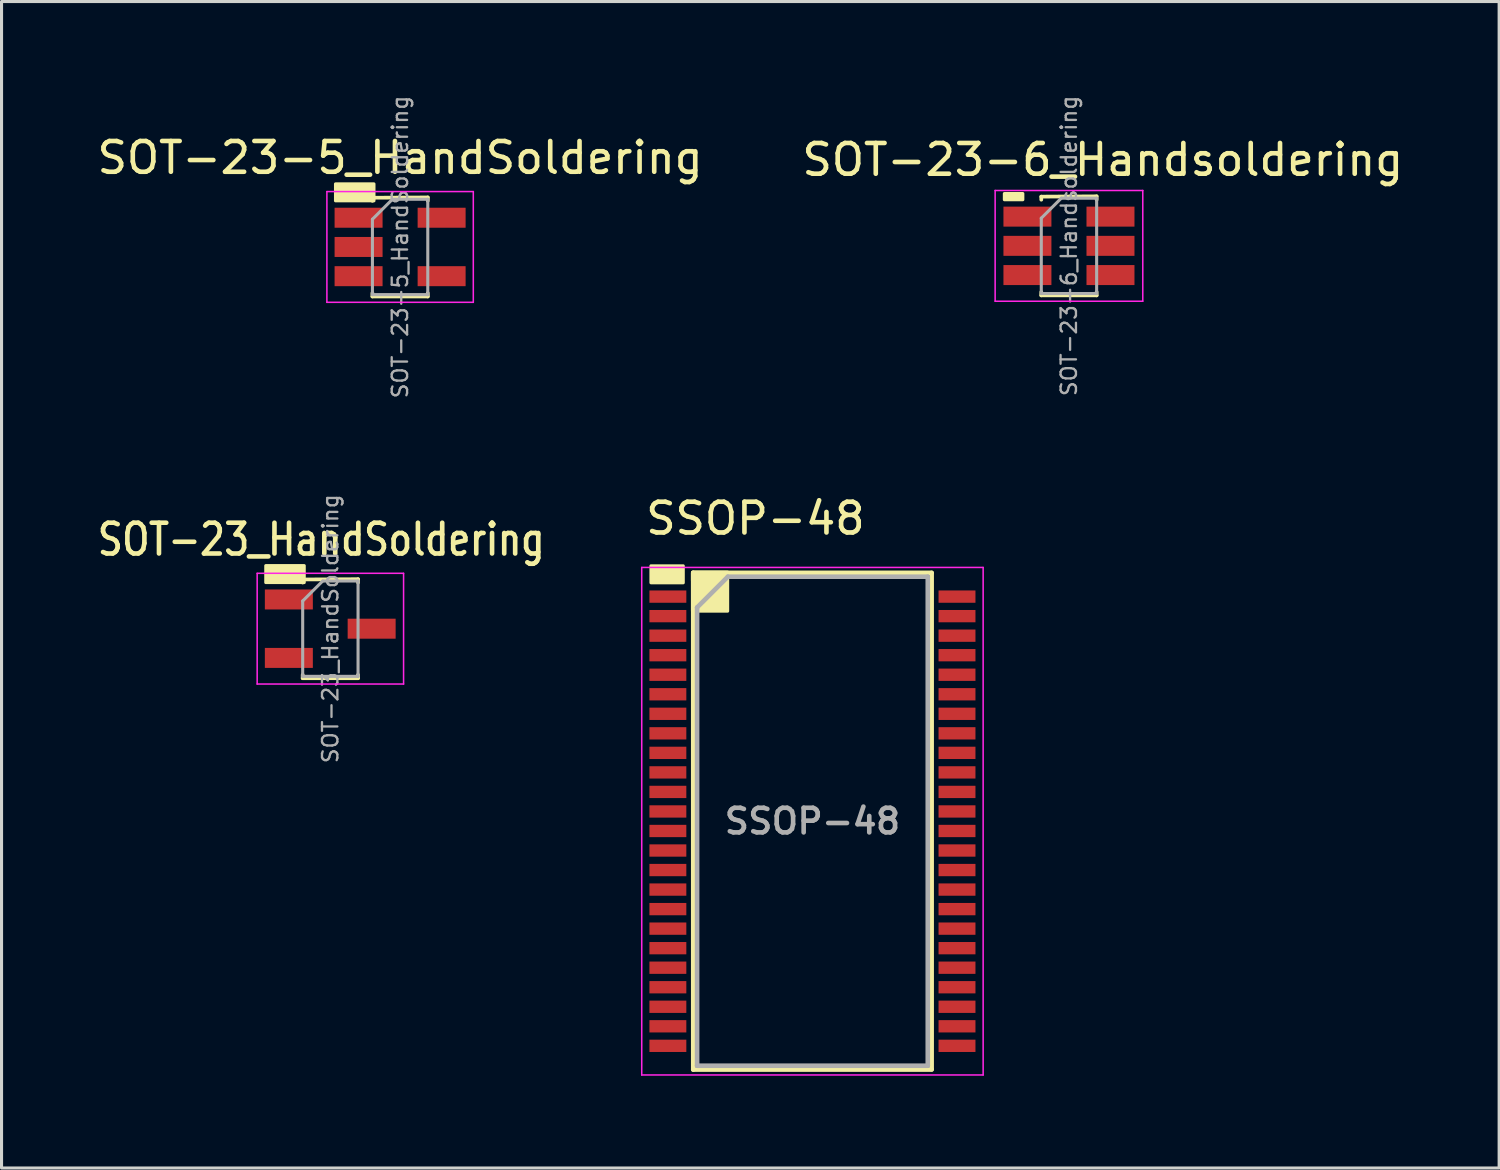
<source format=kicad_pcb>
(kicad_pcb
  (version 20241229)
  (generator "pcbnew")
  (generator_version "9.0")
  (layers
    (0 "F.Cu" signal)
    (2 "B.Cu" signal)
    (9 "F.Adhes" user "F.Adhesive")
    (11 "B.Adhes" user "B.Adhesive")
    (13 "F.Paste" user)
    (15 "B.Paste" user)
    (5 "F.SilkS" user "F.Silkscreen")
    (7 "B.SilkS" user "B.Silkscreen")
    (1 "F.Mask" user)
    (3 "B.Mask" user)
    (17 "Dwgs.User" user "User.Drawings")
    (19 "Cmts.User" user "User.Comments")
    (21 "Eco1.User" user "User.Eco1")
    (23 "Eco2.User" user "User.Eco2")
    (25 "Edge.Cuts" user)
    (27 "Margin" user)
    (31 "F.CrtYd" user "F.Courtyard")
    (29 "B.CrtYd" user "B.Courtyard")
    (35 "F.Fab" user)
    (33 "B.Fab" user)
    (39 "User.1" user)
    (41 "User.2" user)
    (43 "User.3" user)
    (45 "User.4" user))
  (footprint "SSOP-48"
    (layer "F.Cu")
    (at 18.664 16.347)
    (property "Reference" "SSOP-48" (at -0.8 -2.54 0) (layer "F.SilkS") (effects (font (size 1 1) (thickness 0.15)) (justify left)))
    (attr smd)
    (fp_line (start 0.825 -0.772) (end 0.825 -0.522) (stroke (width 0.15) (type solid)) (layer "F.SilkS"))
    (fp_line (start 0.825 -0.772) (end 8.575 -0.772) (stroke (width 0.15) (type solid)) (layer "F.SilkS"))
    (fp_line (start 0.825 -0.762) (end 0.825 15.377) (stroke (width 0.15) (type solid)) (layer "F.SilkS"))
    (fp_line (start 0.825 15.377) (end 8.575 15.377) (stroke (width 0.15) (type solid)) (layer "F.SilkS"))
    (fp_line (start 8.575 -0.772) (end 8.575 15.367) (stroke (width 0.15) (type solid)) (layer "F.SilkS"))
    (fp_poly (pts (xy -0.55 -1) (xy -0.55 -0.45) (xy 0.5 -0.45) (xy 0.5 -1)) (stroke (width 0.1) (type solid)) (fill yes) (layer "F.SilkS"))
    (fp_poly (pts (xy 1.943 0.472) (xy 1.943 -0.797) (xy 0.8 -0.797) (xy 0.8 0.472)) (stroke (width 0.1) (type solid)) (fill yes) (layer "F.SilkS"))
    (fp_line (start -0.85 -0.948) (end -0.85 15.553) (stroke (width 0.05) (type solid)) (layer "F.CrtYd"))
    (fp_line (start -0.85 -0.948) (end 10.25 -0.948) (stroke (width 0.05) (type solid)) (layer "F.CrtYd"))
    (fp_line (start -0.85 15.553) (end 10.25 15.553) (stroke (width 0.05) (type solid)) (layer "F.CrtYd"))
    (fp_line (start 10.25 -0.948) (end 10.25 15.553) (stroke (width 0.05) (type solid)) (layer "F.CrtYd"))
    (fp_line (start 0.95 0.352) (end 1.95 -0.647) (stroke (width 0.15) (type solid)) (layer "F.Fab"))
    (fp_line (start 0.95 15.252) (end 0.95 0.352) (stroke (width 0.15) (type solid)) (layer "F.Fab"))
    (fp_line (start 1.95 -0.647) (end 8.45 -0.647) (stroke (width 0.15) (type solid)) (layer "F.Fab"))
    (fp_line (start 8.45 -0.647) (end 8.45 15.252) (stroke (width 0.15) (type solid)) (layer "F.Fab"))
    (fp_line (start 8.45 15.252) (end 0.95 15.252) (stroke (width 0.15) (type solid)) (layer "F.Fab"))
    (fp_text user "${REFERENCE}" (at 4.7 7.303 0) (layer "F.Fab") (effects (font (size 0.8 0.8) (thickness 0.15))))
    (pad "1" smd rect (at 0 0) (size 1.2 0.4) (layers "F.Cu" "F.Mask" "F.Paste"))
    (pad "2" smd rect (at 0 0.635) (size 1.2 0.4) (layers "F.Cu" "F.Mask" "F.Paste"))
    (pad "3" smd rect (at 0 1.27) (size 1.2 0.4) (layers "F.Cu" "F.Mask" "F.Paste"))
    (pad "4" smd rect (at 0 1.905) (size 1.2 0.4) (layers "F.Cu" "F.Mask" "F.Paste"))
    (pad "5" smd rect (at 0 2.54) (size 1.2 0.4) (layers "F.Cu" "F.Mask" "F.Paste"))
    (pad "6" smd rect (at 0 3.175) (size 1.2 0.4) (layers "F.Cu" "F.Mask" "F.Paste"))
    (pad "7" smd rect (at 0 3.81) (size 1.2 0.4) (layers "F.Cu" "F.Mask" "F.Paste"))
    (pad "8" smd rect (at 0 4.445) (size 1.2 0.4) (layers "F.Cu" "F.Mask" "F.Paste"))
    (pad "9" smd rect (at 0 5.08) (size 1.2 0.4) (layers "F.Cu" "F.Mask" "F.Paste"))
    (pad "10" smd rect (at 0 5.715) (size 1.2 0.4) (layers "F.Cu" "F.Mask" "F.Paste"))
    (pad "11" smd rect (at 0 6.35) (size 1.2 0.4) (layers "F.Cu" "F.Mask" "F.Paste"))
    (pad "12" smd rect (at 0 6.985) (size 1.2 0.4) (layers "F.Cu" "F.Mask" "F.Paste"))
    (pad "13" smd rect (at 0 7.62) (size 1.2 0.4) (layers "F.Cu" "F.Mask" "F.Paste"))
    (pad "14" smd rect (at 0 8.255) (size 1.2 0.4) (layers "F.Cu" "F.Mask" "F.Paste"))
    (pad "15" smd rect (at 0 8.89) (size 1.2 0.4) (layers "F.Cu" "F.Mask" "F.Paste"))
    (pad "16" smd rect (at 0 9.525) (size 1.2 0.4) (layers "F.Cu" "F.Mask" "F.Paste"))
    (pad "17" smd rect (at 0 10.16) (size 1.2 0.4) (layers "F.Cu" "F.Mask" "F.Paste"))
    (pad "18" smd rect (at 0 10.795) (size 1.2 0.4) (layers "F.Cu" "F.Mask" "F.Paste"))
    (pad "19" smd rect (at 0 11.43) (size 1.2 0.4) (layers "F.Cu" "F.Mask" "F.Paste"))
    (pad "20" smd rect (at 0 12.065) (size 1.2 0.4) (layers "F.Cu" "F.Mask" "F.Paste"))
    (pad "21" smd rect (at 0 12.7) (size 1.2 0.4) (layers "F.Cu" "F.Mask" "F.Paste"))
    (pad "22" smd rect (at 0 13.335) (size 1.2 0.4) (layers "F.Cu" "F.Mask" "F.Paste"))
    (pad "23" smd rect (at 0 13.97) (size 1.2 0.4) (layers "F.Cu" "F.Mask" "F.Paste"))
    (pad "24" smd rect (at 0 14.605) (size 1.2 0.4) (layers "F.Cu" "F.Mask" "F.Paste"))
    (pad "25" smd rect (at 9.4 14.605) (size 1.2 0.4) (layers "F.Cu" "F.Mask" "F.Paste"))
    (pad "26" smd rect (at 9.4 13.97) (size 1.2 0.4) (layers "F.Cu" "F.Mask" "F.Paste"))
    (pad "27" smd rect (at 9.4 13.335) (size 1.2 0.4) (layers "F.Cu" "F.Mask" "F.Paste"))
    (pad "28" smd rect (at 9.4 12.7) (size 1.2 0.4) (layers "F.Cu" "F.Mask" "F.Paste"))
    (pad "29" smd rect (at 9.4 12.065) (size 1.2 0.4) (layers "F.Cu" "F.Mask" "F.Paste"))
    (pad "30" smd rect (at 9.4 11.43) (size 1.2 0.4) (layers "F.Cu" "F.Mask" "F.Paste"))
    (pad "31" smd rect (at 9.4 10.795) (size 1.2 0.4) (layers "F.Cu" "F.Mask" "F.Paste"))
    (pad "32" smd rect (at 9.4 10.16) (size 1.2 0.4) (layers "F.Cu" "F.Mask" "F.Paste"))
    (pad "33" smd rect (at 9.4 9.525) (size 1.2 0.4) (layers "F.Cu" "F.Mask" "F.Paste"))
    (pad "34" smd rect (at 9.4 8.89) (size 1.2 0.4) (layers "F.Cu" "F.Mask" "F.Paste"))
    (pad "35" smd rect (at 9.4 8.255) (size 1.2 0.4) (layers "F.Cu" "F.Mask" "F.Paste"))
    (pad "36" smd rect (at 9.4 7.62) (size 1.2 0.4) (layers "F.Cu" "F.Mask" "F.Paste"))
    (pad "37" smd rect (at 9.4 6.985) (size 1.2 0.4) (layers "F.Cu" "F.Mask" "F.Paste"))
    (pad "38" smd rect (at 9.4 6.35) (size 1.2 0.4) (layers "F.Cu" "F.Mask" "F.Paste"))
    (pad "39" smd rect (at 9.4 5.715) (size 1.2 0.4) (layers "F.Cu" "F.Mask" "F.Paste"))
    (pad "40" smd rect (at 9.4 5.08) (size 1.2 0.4) (layers "F.Cu" "F.Mask" "F.Paste"))
    (pad "41" smd rect (at 9.4 4.445) (size 1.2 0.4) (layers "F.Cu" "F.Mask" "F.Paste"))
    (pad "42" smd rect (at 9.4 3.81) (size 1.2 0.4) (layers "F.Cu" "F.Mask" "F.Paste"))
    (pad "43" smd rect (at 9.4 3.175) (size 1.2 0.4) (layers "F.Cu" "F.Mask" "F.Paste"))
    (pad "44" smd rect (at 9.4 2.54) (size 1.2 0.4) (layers "F.Cu" "F.Mask" "F.Paste"))
    (pad "45" smd rect (at 9.4 1.905) (size 1.2 0.4) (layers "F.Cu" "F.Mask" "F.Paste"))
    (pad "46" smd rect (at 9.4 1.27) (size 1.2 0.4) (layers "F.Cu" "F.Mask" "F.Paste"))
    (pad "47" smd rect (at 9.4 0.635) (size 1.2 0.4) (layers "F.Cu" "F.Mask" "F.Paste"))
    (pad "48" smd rect (at 9.4 0) (size 1.2 0.4) (layers "F.Cu" "F.Mask" "F.Paste")))
  (footprint "SOT-23_HandSoldering"
    (layer "F.Cu")
    (at 6.341 16.44)
    (property "Reference" "SOT-23_HandSoldering" (at 1.054 -1.95 0) (layer "F.SilkS") (effects (font (size 1 0.83) (thickness 0.15))))
    (attr smd)
    (fp_line (start 0.45 -0.65) (end 0.45 -0.55) (stroke (width 0.12) (type solid)) (layer "F.SilkS"))
    (fp_line (start 0.45 2.56) (end 0.45 2.45) (stroke (width 0.12) (type solid)) (layer "F.SilkS"))
    (fp_line (start 0.45 2.56) (end 2.25 2.56) (stroke (width 0.12) (type solid)) (layer "F.SilkS"))
    (fp_line (start 2.25 -0.66) (end 0.45 -0.65) (stroke (width 0.12) (type solid)) (layer "F.SilkS"))
    (fp_line (start 2.25 -0.66) (end 2.25 -0.55) (stroke (width 0.12) (type solid)) (layer "F.SilkS"))
    (fp_line (start 2.25 2.56) (end 2.25 2.45) (stroke (width 0.12) (type solid)) (layer "F.SilkS"))
    (fp_poly (pts (xy -0.75 -1.1) (xy -0.75 -0.55) (xy 0.5 -0.55) (xy 0.5 -1.1)) (stroke (width 0.1) (type solid)) (fill yes) (layer "F.SilkS"))
    (fp_line (start -1.03 -0.85) (end -1.03 2.75) (stroke (width 0.05) (type solid)) (layer "F.CrtYd"))
    (fp_line (start -1.03 -0.85) (end 3.73 -0.85) (stroke (width 0.05) (type solid)) (layer "F.CrtYd"))
    (fp_line (start 3.73 2.75) (end -1.03 2.75) (stroke (width 0.05) (type solid)) (layer "F.CrtYd"))
    (fp_line (start 3.73 2.75) (end 3.73 -0.85) (stroke (width 0.05) (type solid)) (layer "F.CrtYd"))
    (fp_line (start 0.45 0.05) (end 0.45 2.5) (stroke (width 0.1) (type solid)) (layer "F.Fab"))
    (fp_line (start 0.45 0.05) (end 1.1 -0.6) (stroke (width 0.1) (type solid)) (layer "F.Fab"))
    (fp_line (start 2.25 -0.6) (end 1.1 -0.6) (stroke (width 0.1) (type solid)) (layer "F.Fab"))
    (fp_line (start 2.25 -0.6) (end 2.25 2.5) (stroke (width 0.1) (type solid)) (layer "F.Fab"))
    (fp_line (start 2.25 2.5) (end 0.45 2.5) (stroke (width 0.1) (type solid)) (layer "F.Fab"))
    (fp_text user "${REFERENCE}" (at 1.35 0.95 90) (layer "F.Fab") (effects (font (size 0.5 0.5) (thickness 0.075))))
    (pad "1" smd rect (at 0 0) (size 1.56 0.65) (layers "F.Cu" "F.Mask" "F.Paste"))
    (pad "2" smd rect (at 0 1.9) (size 1.56 0.65) (layers "F.Cu" "F.Mask" "F.Paste"))
    (pad "3" smd rect (at 2.692 0.95) (size 1.56 0.65) (layers "F.Cu" "F.Mask" "F.Paste")))
  (footprint "SOT-23-6_Handsoldering"
    (layer "F.Cu")
    (at 30.354 3.993)
    (property "Reference" "SOT-23-6_Handsoldering" (at 2.45 -1.85 0) (layer "F.SilkS") (effects (font (size 1 1) (thickness 0.15))))
    (attr smd)
    (fp_line (start 0.45 -0.65) (end 0.45 -0.55) (stroke (width 0.12) (type solid)) (layer "F.SilkS"))
    (fp_line (start 0.45 2.56) (end 0.45 2.45) (stroke (width 0.12) (type solid)) (layer "F.SilkS"))
    (fp_line (start 0.45 2.56) (end 2.25 2.56) (stroke (width 0.12) (type solid)) (layer "F.SilkS"))
    (fp_line (start 2.25 -0.66) (end 0.45 -0.65) (stroke (width 0.12) (type solid)) (layer "F.SilkS"))
    (fp_line (start 2.25 -0.66) (end 2.25 -0.55) (stroke (width 0.12) (type solid)) (layer "F.SilkS"))
    (fp_line (start 2.25 2.56) (end 2.25 2.45) (stroke (width 0.12) (type solid)) (layer "F.SilkS"))
    (fp_poly (pts (xy -0.75 -0.75) (xy -0.75 -0.55) (xy -0.15 -0.55) (xy -0.15 -0.75)) (stroke (width 0.1) (type solid)) (fill yes) (layer "F.SilkS"))
    (fp_line (start -1.05 -0.85) (end 3.75 -0.85) (stroke (width 0.05) (type solid)) (layer "F.CrtYd"))
    (fp_line (start -1.05 2.75) (end -1.05 -0.85) (stroke (width 0.05) (type solid)) (layer "F.CrtYd"))
    (fp_line (start 3.75 -0.85) (end 3.75 2.75) (stroke (width 0.05) (type solid)) (layer "F.CrtYd"))
    (fp_line (start 3.75 2.75) (end -1.05 2.75) (stroke (width 0.05) (type solid)) (layer "F.CrtYd"))
    (fp_line (start 0.45 0.05) (end 0.45 2.5) (stroke (width 0.1) (type solid)) (layer "F.Fab"))
    (fp_line (start 0.45 0.05) (end 1.1 -0.6) (stroke (width 0.1) (type solid)) (layer "F.Fab"))
    (fp_line (start 2.25 -0.6) (end 1.1 -0.6) (stroke (width 0.1) (type solid)) (layer "F.Fab"))
    (fp_line (start 2.25 -0.6) (end 2.25 2.5) (stroke (width 0.1) (type solid)) (layer "F.Fab"))
    (fp_line (start 2.25 2.5) (end 0.45 2.5) (stroke (width 0.1) (type solid)) (layer "F.Fab"))
    (fp_text user "${REFERENCE}" (at 1.35 0.95 90) (layer "F.Fab") (effects (font (size 0.5 0.5) (thickness 0.075))))
    (pad "1" smd rect (at 0 0) (size 1.56 0.65) (layers "F.Cu" "F.Mask" "F.Paste"))
    (pad "2" smd rect (at 0 0.95) (size 1.56 0.65) (layers "F.Cu" "F.Mask" "F.Paste"))
    (pad "3" smd rect (at 0 1.9) (size 1.56 0.65) (layers "F.Cu" "F.Mask" "F.Paste"))
    (pad "4" smd rect (at 2.7 1.9) (size 1.56 0.65) (layers "F.Cu" "F.Mask" "F.Paste"))
    (pad "5" smd rect (at 2.7 0.95) (size 1.56 0.65) (layers "F.Cu" "F.Mask" "F.Paste"))
    (pad "6" smd rect (at 2.7 0) (size 1.56 0.65) (layers "F.Cu" "F.Mask" "F.Paste")))
  (footprint "SOT-23-5_HandSoldering"
    (layer "F.Cu")
    (at 8.608 4.029)
    (property "Reference" "SOT-23-5_HandSoldering" (at 1.35 -1.95 0) (layer "F.SilkS") (effects (font (size 1 1) (thickness 0.15))))
    (attr smd)
    (fp_line (start 0.45 -0.65) (end 0.45 -0.55) (stroke (width 0.12) (type solid)) (layer "F.SilkS"))
    (fp_line (start 0.45 2.56) (end 0.45 2.45) (stroke (width 0.12) (type solid)) (layer "F.SilkS"))
    (fp_line (start 0.45 2.56) (end 2.25 2.56) (stroke (width 0.12) (type solid)) (layer "F.SilkS"))
    (fp_line (start 2.25 -0.66) (end 0.45 -0.65) (stroke (width 0.12) (type solid)) (layer "F.SilkS"))
    (fp_line (start 2.25 -0.66) (end 2.25 -0.55) (stroke (width 0.12) (type solid)) (layer "F.SilkS"))
    (fp_line (start 2.25 2.56) (end 2.25 2.45) (stroke (width 0.12) (type solid)) (layer "F.SilkS"))
    (fp_poly (pts (xy -0.75 -1.1) (xy -0.75 -0.55) (xy 0.5 -0.55) (xy 0.5 -1.1)) (stroke (width 0.1) (type solid)) (fill yes) (layer "F.SilkS"))
    (fp_line (start -1.03 -0.85) (end -1.03 2.75) (stroke (width 0.05) (type solid)) (layer "F.CrtYd"))
    (fp_line (start -1.03 -0.85) (end 3.73 -0.85) (stroke (width 0.05) (type solid)) (layer "F.CrtYd"))
    (fp_line (start 3.73 2.75) (end -1.03 2.75) (stroke (width 0.05) (type solid)) (layer "F.CrtYd"))
    (fp_line (start 3.73 2.75) (end 3.73 -0.85) (stroke (width 0.05) (type solid)) (layer "F.CrtYd"))
    (fp_line (start 0.45 0.05) (end 0.45 2.5) (stroke (width 0.1) (type solid)) (layer "F.Fab"))
    (fp_line (start 0.45 0.05) (end 1.1 -0.6) (stroke (width 0.1) (type solid)) (layer "F.Fab"))
    (fp_line (start 2.25 -0.6) (end 1.1 -0.6) (stroke (width 0.1) (type solid)) (layer "F.Fab"))
    (fp_line (start 2.25 -0.6) (end 2.25 2.5) (stroke (width 0.1) (type solid)) (layer "F.Fab"))
    (fp_line (start 2.25 2.5) (end 0.45 2.5) (stroke (width 0.1) (type solid)) (layer "F.Fab"))
    (fp_text user "${REFERENCE}" (at 1.35 0.95 90) (layer "F.Fab") (effects (font (size 0.5 0.5) (thickness 0.075))))
    (pad "1" smd rect (at 0 0) (size 1.56 0.65) (layers "F.Cu" "F.Mask" "F.Paste"))
    (pad "2" smd rect (at 0 0.95) (size 1.56 0.65) (layers "F.Cu" "F.Mask" "F.Paste"))
    (pad "3" smd rect (at 0 1.9) (size 1.56 0.65) (layers "F.Cu" "F.Mask" "F.Paste"))
    (pad "4" smd rect (at 2.7 1.9) (size 1.56 0.65) (layers "F.Cu" "F.Mask" "F.Paste"))
    (pad "5" smd rect (at 2.7 0) (size 1.56 0.65) (layers "F.Cu" "F.Mask" "F.Paste")))
  (gr_rect
    (start -3 -3)
    (end 45.69 34.924)
    (stroke (width 0.1) (type default))
    (fill no)
    (layer "Edge.Cuts")))
</source>
